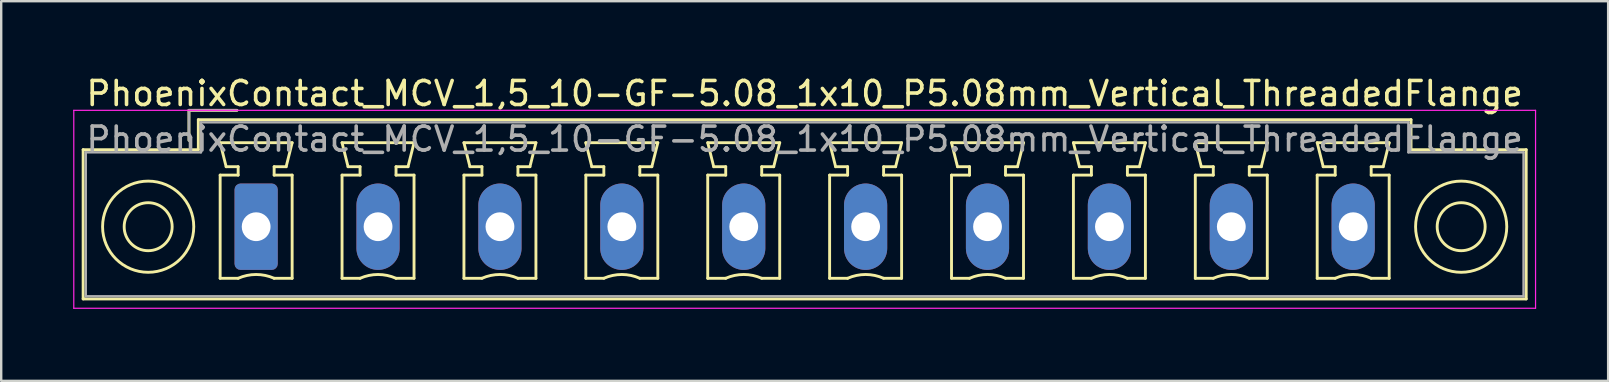
<source format=kicad_pcb>
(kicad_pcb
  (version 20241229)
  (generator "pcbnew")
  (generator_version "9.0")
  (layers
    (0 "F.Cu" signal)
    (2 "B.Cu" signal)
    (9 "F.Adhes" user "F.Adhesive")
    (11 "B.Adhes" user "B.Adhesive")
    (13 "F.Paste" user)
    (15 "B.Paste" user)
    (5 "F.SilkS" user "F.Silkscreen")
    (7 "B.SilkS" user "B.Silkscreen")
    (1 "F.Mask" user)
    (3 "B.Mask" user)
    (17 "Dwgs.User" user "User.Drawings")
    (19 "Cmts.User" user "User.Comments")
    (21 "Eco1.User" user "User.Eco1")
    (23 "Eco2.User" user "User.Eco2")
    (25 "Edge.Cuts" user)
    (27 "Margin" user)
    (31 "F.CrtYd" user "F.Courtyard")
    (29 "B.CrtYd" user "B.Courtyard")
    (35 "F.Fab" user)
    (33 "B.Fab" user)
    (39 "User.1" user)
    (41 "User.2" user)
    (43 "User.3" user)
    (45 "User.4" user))
  (footprint "PhoenixContact_MCV_1,5_10-GF-5.08_1x10_P5.08mm_Vertical_ThreadedFlange"
    (layer "F.Cu")
    (at 7.625 6.398)
    (property "Reference" "PhoenixContact_MCV_1,5_10-GF-5.08_1x10_P5.08mm_Vertical_ThreadedFlange" (at 22.86 -5.55 0) (layer "F.SilkS") (effects (font (size 1 1) (thickness 0.15))))
    (attr through_hole)
    (fp_line (start -7.21 -3.21) (end -7.21 3.01) (stroke (width 0.12) (type solid)) (layer "F.SilkS"))
    (fp_line (start -7.21 3.01) (end 52.93 3.01) (stroke (width 0.12) (type solid)) (layer "F.SilkS"))
    (fp_line (start -2.8 -4.85) (end -0.8 -4.85) (stroke (width 0.12) (type solid)) (layer "F.SilkS"))
    (fp_line (start -2.8 -3.6) (end -2.8 -4.85) (stroke (width 0.12) (type solid)) (layer "F.SilkS"))
    (fp_line (start -2.41 -4.46) (end -2.41 -3.21) (stroke (width 0.12) (type solid)) (layer "F.SilkS"))
    (fp_line (start -2.41 -3.21) (end -7.21 -3.21) (stroke (width 0.12) (type solid)) (layer "F.SilkS"))
    (fp_line (start -1.5 -3.5) (end 1.5 -3.5) (stroke (width 0.12) (type solid)) (layer "F.SilkS"))
    (fp_line (start -1.5 -2.15) (end -0.75 -2.15) (stroke (width 0.12) (type solid)) (layer "F.SilkS"))
    (fp_line (start -1.5 2.15) (end -1.5 -2.15) (stroke (width 0.12) (type solid)) (layer "F.SilkS"))
    (fp_line (start -1.25 -2.5) (end -1.5 -3.5) (stroke (width 0.12) (type solid)) (layer "F.SilkS"))
    (fp_line (start -0.75 -2.5) (end -1.25 -2.5) (stroke (width 0.12) (type solid)) (layer "F.SilkS"))
    (fp_line (start -0.75 -2.15) (end -0.75 -2.5) (stroke (width 0.12) (type solid)) (layer "F.SilkS"))
    (fp_line (start -0.75 2.15) (end -1.5 2.15) (stroke (width 0.12) (type solid)) (layer "F.SilkS"))
    (fp_line (start 0.75 -2.5) (end 0.75 -2.15) (stroke (width 0.12) (type solid)) (layer "F.SilkS"))
    (fp_line (start 0.75 -2.15) (end 1.5 -2.15) (stroke (width 0.12) (type solid)) (layer "F.SilkS"))
    (fp_line (start 1.25 -2.5) (end 0.75 -2.5) (stroke (width 0.12) (type solid)) (layer "F.SilkS"))
    (fp_line (start 1.5 -3.5) (end 1.25 -2.5) (stroke (width 0.12) (type solid)) (layer "F.SilkS"))
    (fp_line (start 1.5 -2.15) (end 1.5 2.15) (stroke (width 0.12) (type solid)) (layer "F.SilkS"))
    (fp_line (start 1.5 2.15) (end 0.75 2.15) (stroke (width 0.12) (type solid)) (layer "F.SilkS"))
    (fp_line (start 3.58 -3.5) (end 6.58 -3.5) (stroke (width 0.12) (type solid)) (layer "F.SilkS"))
    (fp_line (start 3.58 -2.15) (end 4.33 -2.15) (stroke (width 0.12) (type solid)) (layer "F.SilkS"))
    (fp_line (start 3.58 2.15) (end 3.58 -2.15) (stroke (width 0.12) (type solid)) (layer "F.SilkS"))
    (fp_line (start 3.83 -2.5) (end 3.58 -3.5) (stroke (width 0.12) (type solid)) (layer "F.SilkS"))
    (fp_line (start 4.33 -2.5) (end 3.83 -2.5) (stroke (width 0.12) (type solid)) (layer "F.SilkS"))
    (fp_line (start 4.33 -2.15) (end 4.33 -2.5) (stroke (width 0.12) (type solid)) (layer "F.SilkS"))
    (fp_line (start 4.33 2.15) (end 3.58 2.15) (stroke (width 0.12) (type solid)) (layer "F.SilkS"))
    (fp_line (start 5.83 -2.5) (end 5.83 -2.15) (stroke (width 0.12) (type solid)) (layer "F.SilkS"))
    (fp_line (start 5.83 -2.15) (end 6.58 -2.15) (stroke (width 0.12) (type solid)) (layer "F.SilkS"))
    (fp_line (start 6.33 -2.5) (end 5.83 -2.5) (stroke (width 0.12) (type solid)) (layer "F.SilkS"))
    (fp_line (start 6.58 -3.5) (end 6.33 -2.5) (stroke (width 0.12) (type solid)) (layer "F.SilkS"))
    (fp_line (start 6.58 -2.15) (end 6.58 2.15) (stroke (width 0.12) (type solid)) (layer "F.SilkS"))
    (fp_line (start 6.58 2.15) (end 5.83 2.15) (stroke (width 0.12) (type solid)) (layer "F.SilkS"))
    (fp_line (start 8.66 -3.5) (end 11.66 -3.5) (stroke (width 0.12) (type solid)) (layer "F.SilkS"))
    (fp_line (start 8.66 -2.15) (end 9.41 -2.15) (stroke (width 0.12) (type solid)) (layer "F.SilkS"))
    (fp_line (start 8.66 2.15) (end 8.66 -2.15) (stroke (width 0.12) (type solid)) (layer "F.SilkS"))
    (fp_line (start 8.91 -2.5) (end 8.66 -3.5) (stroke (width 0.12) (type solid)) (layer "F.SilkS"))
    (fp_line (start 9.41 -2.5) (end 8.91 -2.5) (stroke (width 0.12) (type solid)) (layer "F.SilkS"))
    (fp_line (start 9.41 -2.15) (end 9.41 -2.5) (stroke (width 0.12) (type solid)) (layer "F.SilkS"))
    (fp_line (start 9.41 2.15) (end 8.66 2.15) (stroke (width 0.12) (type solid)) (layer "F.SilkS"))
    (fp_line (start 10.91 -2.5) (end 10.91 -2.15) (stroke (width 0.12) (type solid)) (layer "F.SilkS"))
    (fp_line (start 10.91 -2.15) (end 11.66 -2.15) (stroke (width 0.12) (type solid)) (layer "F.SilkS"))
    (fp_line (start 11.41 -2.5) (end 10.91 -2.5) (stroke (width 0.12) (type solid)) (layer "F.SilkS"))
    (fp_line (start 11.66 -3.5) (end 11.41 -2.5) (stroke (width 0.12) (type solid)) (layer "F.SilkS"))
    (fp_line (start 11.66 -2.15) (end 11.66 2.15) (stroke (width 0.12) (type solid)) (layer "F.SilkS"))
    (fp_line (start 11.66 2.15) (end 10.91 2.15) (stroke (width 0.12) (type solid)) (layer "F.SilkS"))
    (fp_line (start 13.74 -3.5) (end 16.74 -3.5) (stroke (width 0.12) (type solid)) (layer "F.SilkS"))
    (fp_line (start 13.74 -2.15) (end 14.49 -2.15) (stroke (width 0.12) (type solid)) (layer "F.SilkS"))
    (fp_line (start 13.74 2.15) (end 13.74 -2.15) (stroke (width 0.12) (type solid)) (layer "F.SilkS"))
    (fp_line (start 13.99 -2.5) (end 13.74 -3.5) (stroke (width 0.12) (type solid)) (layer "F.SilkS"))
    (fp_line (start 14.49 -2.5) (end 13.99 -2.5) (stroke (width 0.12) (type solid)) (layer "F.SilkS"))
    (fp_line (start 14.49 -2.15) (end 14.49 -2.5) (stroke (width 0.12) (type solid)) (layer "F.SilkS"))
    (fp_line (start 14.49 2.15) (end 13.74 2.15) (stroke (width 0.12) (type solid)) (layer "F.SilkS"))
    (fp_line (start 15.99 -2.5) (end 15.99 -2.15) (stroke (width 0.12) (type solid)) (layer "F.SilkS"))
    (fp_line (start 15.99 -2.15) (end 16.74 -2.15) (stroke (width 0.12) (type solid)) (layer "F.SilkS"))
    (fp_line (start 16.49 -2.5) (end 15.99 -2.5) (stroke (width 0.12) (type solid)) (layer "F.SilkS"))
    (fp_line (start 16.74 -3.5) (end 16.49 -2.5) (stroke (width 0.12) (type solid)) (layer "F.SilkS"))
    (fp_line (start 16.74 -2.15) (end 16.74 2.15) (stroke (width 0.12) (type solid)) (layer "F.SilkS"))
    (fp_line (start 16.74 2.15) (end 15.99 2.15) (stroke (width 0.12) (type solid)) (layer "F.SilkS"))
    (fp_line (start 18.82 -3.5) (end 21.82 -3.5) (stroke (width 0.12) (type solid)) (layer "F.SilkS"))
    (fp_line (start 18.82 -2.15) (end 19.57 -2.15) (stroke (width 0.12) (type solid)) (layer "F.SilkS"))
    (fp_line (start 18.82 2.15) (end 18.82 -2.15) (stroke (width 0.12) (type solid)) (layer "F.SilkS"))
    (fp_line (start 19.07 -2.5) (end 18.82 -3.5) (stroke (width 0.12) (type solid)) (layer "F.SilkS"))
    (fp_line (start 19.57 -2.5) (end 19.07 -2.5) (stroke (width 0.12) (type solid)) (layer "F.SilkS"))
    (fp_line (start 19.57 -2.15) (end 19.57 -2.5) (stroke (width 0.12) (type solid)) (layer "F.SilkS"))
    (fp_line (start 19.57 2.15) (end 18.82 2.15) (stroke (width 0.12) (type solid)) (layer "F.SilkS"))
    (fp_line (start 21.07 -2.5) (end 21.07 -2.15) (stroke (width 0.12) (type solid)) (layer "F.SilkS"))
    (fp_line (start 21.07 -2.15) (end 21.82 -2.15) (stroke (width 0.12) (type solid)) (layer "F.SilkS"))
    (fp_line (start 21.57 -2.5) (end 21.07 -2.5) (stroke (width 0.12) (type solid)) (layer "F.SilkS"))
    (fp_line (start 21.82 -3.5) (end 21.57 -2.5) (stroke (width 0.12) (type solid)) (layer "F.SilkS"))
    (fp_line (start 21.82 -2.15) (end 21.82 2.15) (stroke (width 0.12) (type solid)) (layer "F.SilkS"))
    (fp_line (start 21.82 2.15) (end 21.07 2.15) (stroke (width 0.12) (type solid)) (layer "F.SilkS"))
    (fp_line (start 23.9 -3.5) (end 26.9 -3.5) (stroke (width 0.12) (type solid)) (layer "F.SilkS"))
    (fp_line (start 23.9 -2.15) (end 24.65 -2.15) (stroke (width 0.12) (type solid)) (layer "F.SilkS"))
    (fp_line (start 23.9 2.15) (end 23.9 -2.15) (stroke (width 0.12) (type solid)) (layer "F.SilkS"))
    (fp_line (start 24.15 -2.5) (end 23.9 -3.5) (stroke (width 0.12) (type solid)) (layer "F.SilkS"))
    (fp_line (start 24.65 -2.5) (end 24.15 -2.5) (stroke (width 0.12) (type solid)) (layer "F.SilkS"))
    (fp_line (start 24.65 -2.15) (end 24.65 -2.5) (stroke (width 0.12) (type solid)) (layer "F.SilkS"))
    (fp_line (start 24.65 2.15) (end 23.9 2.15) (stroke (width 0.12) (type solid)) (layer "F.SilkS"))
    (fp_line (start 26.15 -2.5) (end 26.15 -2.15) (stroke (width 0.12) (type solid)) (layer "F.SilkS"))
    (fp_line (start 26.15 -2.15) (end 26.9 -2.15) (stroke (width 0.12) (type solid)) (layer "F.SilkS"))
    (fp_line (start 26.65 -2.5) (end 26.15 -2.5) (stroke (width 0.12) (type solid)) (layer "F.SilkS"))
    (fp_line (start 26.9 -3.5) (end 26.65 -2.5) (stroke (width 0.12) (type solid)) (layer "F.SilkS"))
    (fp_line (start 26.9 -2.15) (end 26.9 2.15) (stroke (width 0.12) (type solid)) (layer "F.SilkS"))
    (fp_line (start 26.9 2.15) (end 26.15 2.15) (stroke (width 0.12) (type solid)) (layer "F.SilkS"))
    (fp_line (start 28.98 -3.5) (end 31.98 -3.5) (stroke (width 0.12) (type solid)) (layer "F.SilkS"))
    (fp_line (start 28.98 -2.15) (end 29.73 -2.15) (stroke (width 0.12) (type solid)) (layer "F.SilkS"))
    (fp_line (start 28.98 2.15) (end 28.98 -2.15) (stroke (width 0.12) (type solid)) (layer "F.SilkS"))
    (fp_line (start 29.23 -2.5) (end 28.98 -3.5) (stroke (width 0.12) (type solid)) (layer "F.SilkS"))
    (fp_line (start 29.73 -2.5) (end 29.23 -2.5) (stroke (width 0.12) (type solid)) (layer "F.SilkS"))
    (fp_line (start 29.73 -2.15) (end 29.73 -2.5) (stroke (width 0.12) (type solid)) (layer "F.SilkS"))
    (fp_line (start 29.73 2.15) (end 28.98 2.15) (stroke (width 0.12) (type solid)) (layer "F.SilkS"))
    (fp_line (start 31.23 -2.5) (end 31.23 -2.15) (stroke (width 0.12) (type solid)) (layer "F.SilkS"))
    (fp_line (start 31.23 -2.15) (end 31.98 -2.15) (stroke (width 0.12) (type solid)) (layer "F.SilkS"))
    (fp_line (start 31.73 -2.5) (end 31.23 -2.5) (stroke (width 0.12) (type solid)) (layer "F.SilkS"))
    (fp_line (start 31.98 -3.5) (end 31.73 -2.5) (stroke (width 0.12) (type solid)) (layer "F.SilkS"))
    (fp_line (start 31.98 -2.15) (end 31.98 2.15) (stroke (width 0.12) (type solid)) (layer "F.SilkS"))
    (fp_line (start 31.98 2.15) (end 31.23 2.15) (stroke (width 0.12) (type solid)) (layer "F.SilkS"))
    (fp_line (start 34.06 -3.5) (end 37.06 -3.5) (stroke (width 0.12) (type solid)) (layer "F.SilkS"))
    (fp_line (start 34.06 -2.15) (end 34.81 -2.15) (stroke (width 0.12) (type solid)) (layer "F.SilkS"))
    (fp_line (start 34.06 2.15) (end 34.06 -2.15) (stroke (width 0.12) (type solid)) (layer "F.SilkS"))
    (fp_line (start 34.31 -2.5) (end 34.06 -3.5) (stroke (width 0.12) (type solid)) (layer "F.SilkS"))
    (fp_line (start 34.81 -2.5) (end 34.31 -2.5) (stroke (width 0.12) (type solid)) (layer "F.SilkS"))
    (fp_line (start 34.81 -2.15) (end 34.81 -2.5) (stroke (width 0.12) (type solid)) (layer "F.SilkS"))
    (fp_line (start 34.81 2.15) (end 34.06 2.15) (stroke (width 0.12) (type solid)) (layer "F.SilkS"))
    (fp_line (start 36.31 -2.5) (end 36.31 -2.15) (stroke (width 0.12) (type solid)) (layer "F.SilkS"))
    (fp_line (start 36.31 -2.15) (end 37.06 -2.15) (stroke (width 0.12) (type solid)) (layer "F.SilkS"))
    (fp_line (start 36.81 -2.5) (end 36.31 -2.5) (stroke (width 0.12) (type solid)) (layer "F.SilkS"))
    (fp_line (start 37.06 -3.5) (end 36.81 -2.5) (stroke (width 0.12) (type solid)) (layer "F.SilkS"))
    (fp_line (start 37.06 -2.15) (end 37.06 2.15) (stroke (width 0.12) (type solid)) (layer "F.SilkS"))
    (fp_line (start 37.06 2.15) (end 36.31 2.15) (stroke (width 0.12) (type solid)) (layer "F.SilkS"))
    (fp_line (start 39.14 -3.5) (end 42.14 -3.5) (stroke (width 0.12) (type solid)) (layer "F.SilkS"))
    (fp_line (start 39.14 -2.15) (end 39.89 -2.15) (stroke (width 0.12) (type solid)) (layer "F.SilkS"))
    (fp_line (start 39.14 2.15) (end 39.14 -2.15) (stroke (width 0.12) (type solid)) (layer "F.SilkS"))
    (fp_line (start 39.39 -2.5) (end 39.14 -3.5) (stroke (width 0.12) (type solid)) (layer "F.SilkS"))
    (fp_line (start 39.89 -2.5) (end 39.39 -2.5) (stroke (width 0.12) (type solid)) (layer "F.SilkS"))
    (fp_line (start 39.89 -2.15) (end 39.89 -2.5) (stroke (width 0.12) (type solid)) (layer "F.SilkS"))
    (fp_line (start 39.89 2.15) (end 39.14 2.15) (stroke (width 0.12) (type solid)) (layer "F.SilkS"))
    (fp_line (start 41.39 -2.5) (end 41.39 -2.15) (stroke (width 0.12) (type solid)) (layer "F.SilkS"))
    (fp_line (start 41.39 -2.15) (end 42.14 -2.15) (stroke (width 0.12) (type solid)) (layer "F.SilkS"))
    (fp_line (start 41.89 -2.5) (end 41.39 -2.5) (stroke (width 0.12) (type solid)) (layer "F.SilkS"))
    (fp_line (start 42.14 -3.5) (end 41.89 -2.5) (stroke (width 0.12) (type solid)) (layer "F.SilkS"))
    (fp_line (start 42.14 -2.15) (end 42.14 2.15) (stroke (width 0.12) (type solid)) (layer "F.SilkS"))
    (fp_line (start 42.14 2.15) (end 41.39 2.15) (stroke (width 0.12) (type solid)) (layer "F.SilkS"))
    (fp_line (start 44.22 -3.5) (end 47.22 -3.5) (stroke (width 0.12) (type solid)) (layer "F.SilkS"))
    (fp_line (start 44.22 -2.15) (end 44.97 -2.15) (stroke (width 0.12) (type solid)) (layer "F.SilkS"))
    (fp_line (start 44.22 2.15) (end 44.22 -2.15) (stroke (width 0.12) (type solid)) (layer "F.SilkS"))
    (fp_line (start 44.47 -2.5) (end 44.22 -3.5) (stroke (width 0.12) (type solid)) (layer "F.SilkS"))
    (fp_line (start 44.97 -2.5) (end 44.47 -2.5) (stroke (width 0.12) (type solid)) (layer "F.SilkS"))
    (fp_line (start 44.97 -2.15) (end 44.97 -2.5) (stroke (width 0.12) (type solid)) (layer "F.SilkS"))
    (fp_line (start 44.97 2.15) (end 44.22 2.15) (stroke (width 0.12) (type solid)) (layer "F.SilkS"))
    (fp_line (start 46.47 -2.5) (end 46.47 -2.15) (stroke (width 0.12) (type solid)) (layer "F.SilkS"))
    (fp_line (start 46.47 -2.15) (end 47.22 -2.15) (stroke (width 0.12) (type solid)) (layer "F.SilkS"))
    (fp_line (start 46.97 -2.5) (end 46.47 -2.5) (stroke (width 0.12) (type solid)) (layer "F.SilkS"))
    (fp_line (start 47.22 -3.5) (end 46.97 -2.5) (stroke (width 0.12) (type solid)) (layer "F.SilkS"))
    (fp_line (start 47.22 -2.15) (end 47.22 2.15) (stroke (width 0.12) (type solid)) (layer "F.SilkS"))
    (fp_line (start 47.22 2.15) (end 46.47 2.15) (stroke (width 0.12) (type solid)) (layer "F.SilkS"))
    (fp_line (start 48.13 -4.46) (end -2.41 -4.46) (stroke (width 0.12) (type solid)) (layer "F.SilkS"))
    (fp_line (start 48.13 -3.21) (end 48.13 -4.46) (stroke (width 0.12) (type solid)) (layer "F.SilkS"))
    (fp_line (start 52.93 -3.21) (end 48.13 -3.21) (stroke (width 0.12) (type solid)) (layer "F.SilkS"))
    (fp_line (start 52.93 3.01) (end 52.93 -3.21) (stroke (width 0.12) (type solid)) (layer "F.SilkS"))
    (fp_arc (start -0.75 2.15) (mid -0.000193 1.99191) (end 0.749647 2.149844) (stroke (width 0.12) (type solid)) (layer "F.SilkS"))
    (fp_arc (start 4.33 2.15) (mid 5.079807 1.99191) (end 5.829647 2.149844) (stroke (width 0.12) (type solid)) (layer "F.SilkS"))
    (fp_arc (start 9.41 2.15) (mid 10.159807 1.99191) (end 10.909647 2.149844) (stroke (width 0.12) (type solid)) (layer "F.SilkS"))
    (fp_arc (start 14.49 2.15) (mid 15.239807 1.99191) (end 15.989647 2.149844) (stroke (width 0.12) (type solid)) (layer "F.SilkS"))
    (fp_arc (start 19.57 2.15) (mid 20.319807 1.99191) (end 21.069647 2.149844) (stroke (width 0.12) (type solid)) (layer "F.SilkS"))
    (fp_arc (start 24.65 2.15) (mid 25.399807 1.99191) (end 26.149647 2.149844) (stroke (width 0.12) (type solid)) (layer "F.SilkS"))
    (fp_arc (start 29.73 2.15) (mid 30.479807 1.99191) (end 31.229647 2.149844) (stroke (width 0.12) (type solid)) (layer "F.SilkS"))
    (fp_arc (start 34.81 2.15) (mid 35.559807 1.99191) (end 36.309647 2.149844) (stroke (width 0.12) (type solid)) (layer "F.SilkS"))
    (fp_arc (start 39.89 2.15) (mid 40.639807 1.99191) (end 41.389647 2.149844) (stroke (width 0.12) (type solid)) (layer "F.SilkS"))
    (fp_arc (start 44.97 2.15) (mid 45.719807 1.99191) (end 46.469647 2.149844) (stroke (width 0.12) (type solid)) (layer "F.SilkS"))
    (fp_circle (center -4.5 0) (end -3.5 0) (stroke (width 0.12) (type solid)) (fill no) (layer "F.SilkS"))
    (fp_circle (center -4.5 0) (end -2.6 0) (stroke (width 0.12) (type solid)) (fill no) (layer "F.SilkS"))
    (fp_circle (center 50.22 0) (end 51.22 0) (stroke (width 0.12) (type solid)) (fill no) (layer "F.SilkS"))
    (fp_circle (center 50.22 0) (end 52.12 0) (stroke (width 0.12) (type solid)) (fill no) (layer "F.SilkS"))
    (fp_line (start -7.6 -4.85) (end -7.6 3.4) (stroke (width 0.05) (type solid)) (layer "F.CrtYd"))
    (fp_line (start -7.6 3.4) (end 53.32 3.4) (stroke (width 0.05) (type solid)) (layer "F.CrtYd"))
    (fp_line (start 53.32 -4.85) (end -7.6 -4.85) (stroke (width 0.05) (type solid)) (layer "F.CrtYd"))
    (fp_line (start 53.32 3.4) (end 53.32 -4.85) (stroke (width 0.05) (type solid)) (layer "F.CrtYd"))
    (fp_line (start -7.1 -3.1) (end -7.1 2.9) (stroke (width 0.1) (type solid)) (layer "F.Fab"))
    (fp_line (start -7.1 2.9) (end 52.82 2.9) (stroke (width 0.1) (type solid)) (layer "F.Fab"))
    (fp_line (start -2.8 -4.85) (end -0.8 -4.85) (stroke (width 0.1) (type solid)) (layer "F.Fab"))
    (fp_line (start -2.8 -3.6) (end -2.8 -4.85) (stroke (width 0.1) (type solid)) (layer "F.Fab"))
    (fp_line (start -2.3 -4.35) (end -2.3 -3.1) (stroke (width 0.1) (type solid)) (layer "F.Fab"))
    (fp_line (start -2.3 -3.1) (end -7.1 -3.1) (stroke (width 0.1) (type solid)) (layer "F.Fab"))
    (fp_line (start 48.02 -4.35) (end -2.3 -4.35) (stroke (width 0.1) (type solid)) (layer "F.Fab"))
    (fp_line (start 48.02 -3.1) (end 48.02 -4.35) (stroke (width 0.1) (type solid)) (layer "F.Fab"))
    (fp_line (start 52.82 -3.1) (end 48.02 -3.1) (stroke (width 0.1) (type solid)) (layer "F.Fab"))
    (fp_line (start 52.82 2.9) (end 52.82 -3.1) (stroke (width 0.1) (type solid)) (layer "F.Fab"))
    (fp_text user "${REFERENCE}" (at 22.86 -3.65 0) (layer "F.Fab") (effects (font (size 1 1) (thickness 0.15))))
    (pad "1" thru_hole roundrect (at 0 0) (size 1.8 3.6) (drill 1.2) (layers "*.Cu" "*.Mask") (roundrect_rratio 0.139))
    (pad "2" thru_hole oval (at 5.08 0) (size 1.8 3.6) (drill 1.2) (layers "*.Cu" "*.Mask"))
    (pad "3" thru_hole oval (at 10.16 0) (size 1.8 3.6) (drill 1.2) (layers "*.Cu" "*.Mask"))
    (pad "4" thru_hole oval (at 15.24 0) (size 1.8 3.6) (drill 1.2) (layers "*.Cu" "*.Mask"))
    (pad "5" thru_hole oval (at 20.32 0) (size 1.8 3.6) (drill 1.2) (layers "*.Cu" "*.Mask"))
    (pad "6" thru_hole oval (at 25.4 0) (size 1.8 3.6) (drill 1.2) (layers "*.Cu" "*.Mask"))
    (pad "7" thru_hole oval (at 30.48 0) (size 1.8 3.6) (drill 1.2) (layers "*.Cu" "*.Mask"))
    (pad "8" thru_hole oval (at 35.56 0) (size 1.8 3.6) (drill 1.2) (layers "*.Cu" "*.Mask"))
    (pad "9" thru_hole oval (at 40.64 0) (size 1.8 3.6) (drill 1.2) (layers "*.Cu" "*.Mask"))
    (pad "10" thru_hole oval (at 45.72 0) (size 1.8 3.6) (drill 1.2) (layers "*.Cu" "*.Mask")))
  (gr_rect
    (start -3 -3)
    (end 63.97 12.823)
    (stroke (width 0.1) (type default))
    (fill no)
    (layer "Edge.Cuts")))
</source>
